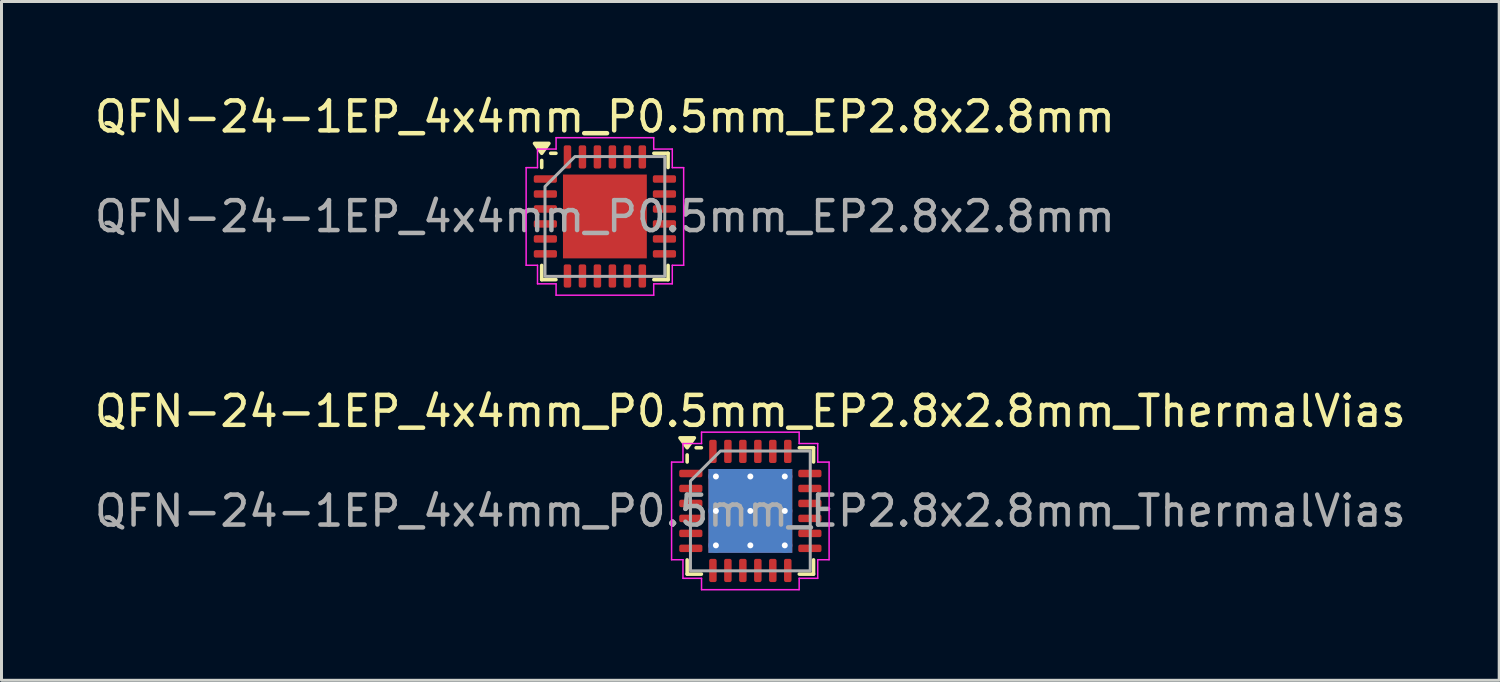
<source format=kicad_pcb>
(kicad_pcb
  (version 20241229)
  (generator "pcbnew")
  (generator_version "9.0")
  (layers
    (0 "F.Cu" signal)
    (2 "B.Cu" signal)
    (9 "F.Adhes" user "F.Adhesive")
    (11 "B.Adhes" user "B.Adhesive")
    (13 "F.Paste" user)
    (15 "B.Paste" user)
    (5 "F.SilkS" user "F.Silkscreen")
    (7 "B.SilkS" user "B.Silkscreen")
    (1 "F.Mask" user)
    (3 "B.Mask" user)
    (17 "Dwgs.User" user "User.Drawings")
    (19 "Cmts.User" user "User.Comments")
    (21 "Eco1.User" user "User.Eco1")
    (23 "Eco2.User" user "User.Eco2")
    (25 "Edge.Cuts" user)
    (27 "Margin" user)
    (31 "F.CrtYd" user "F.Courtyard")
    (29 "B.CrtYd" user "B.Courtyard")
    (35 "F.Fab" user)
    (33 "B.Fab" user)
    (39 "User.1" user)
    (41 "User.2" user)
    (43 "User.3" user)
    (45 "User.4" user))
  (footprint "QFN-24-1EP_4x4mm_P0.5mm_EP2.8x2.8mm"
    (layer "F.Cu")
    (at 17.149 4.178)
    (property "Reference" "QFN-24-1EP_4x4mm_P0.5mm_EP2.8x2.8mm" (at 0 -3.33 0) (layer "F.SilkS") (effects (font (size 1 1) (thickness 0.15))))
    (attr smd)
    (fp_line (start -2.11 -1.635) (end -2.11 -1.87) (stroke (width 0.12) (type solid)) (layer "F.SilkS"))
    (fp_line (start -2.11 2.11) (end -2.11 1.635) (stroke (width 0.12) (type solid)) (layer "F.SilkS"))
    (fp_line (start -1.635 -2.11) (end -1.81 -2.11) (stroke (width 0.12) (type solid)) (layer "F.SilkS"))
    (fp_line (start -1.635 2.11) (end -2.11 2.11) (stroke (width 0.12) (type solid)) (layer "F.SilkS"))
    (fp_line (start 1.635 -2.11) (end 2.11 -2.11) (stroke (width 0.12) (type solid)) (layer "F.SilkS"))
    (fp_line (start 1.635 2.11) (end 2.11 2.11) (stroke (width 0.12) (type solid)) (layer "F.SilkS"))
    (fp_line (start 2.11 -2.11) (end 2.11 -1.635) (stroke (width 0.12) (type solid)) (layer "F.SilkS"))
    (fp_line (start 2.11 2.11) (end 2.11 1.635) (stroke (width 0.12) (type solid)) (layer "F.SilkS"))
    (fp_poly (pts (xy -2.11 -2.11) (xy -2.35 -2.44) (xy -1.87 -2.44)) (stroke (width 0.12) (type solid)) (fill yes) (layer "F.SilkS"))
    (fp_line (start -2.63 -1.63) (end -2.25 -1.63) (stroke (width 0.05) (type solid)) (layer "F.CrtYd"))
    (fp_line (start -2.63 1.63) (end -2.63 -1.63) (stroke (width 0.05) (type solid)) (layer "F.CrtYd"))
    (fp_line (start -2.25 -2.25) (end -1.63 -2.25) (stroke (width 0.05) (type solid)) (layer "F.CrtYd"))
    (fp_line (start -2.25 -1.63) (end -2.25 -2.25) (stroke (width 0.05) (type solid)) (layer "F.CrtYd"))
    (fp_line (start -2.25 1.63) (end -2.63 1.63) (stroke (width 0.05) (type solid)) (layer "F.CrtYd"))
    (fp_line (start -2.25 2.25) (end -2.25 1.63) (stroke (width 0.05) (type solid)) (layer "F.CrtYd"))
    (fp_line (start -1.63 -2.63) (end 1.63 -2.63) (stroke (width 0.05) (type solid)) (layer "F.CrtYd"))
    (fp_line (start -1.63 -2.25) (end -1.63 -2.63) (stroke (width 0.05) (type solid)) (layer "F.CrtYd"))
    (fp_line (start -1.63 2.25) (end -2.25 2.25) (stroke (width 0.05) (type solid)) (layer "F.CrtYd"))
    (fp_line (start -1.63 2.63) (end -1.63 2.25) (stroke (width 0.05) (type solid)) (layer "F.CrtYd"))
    (fp_line (start 1.63 -2.63) (end 1.63 -2.25) (stroke (width 0.05) (type solid)) (layer "F.CrtYd"))
    (fp_line (start 1.63 -2.25) (end 2.25 -2.25) (stroke (width 0.05) (type solid)) (layer "F.CrtYd"))
    (fp_line (start 1.63 2.25) (end 1.63 2.63) (stroke (width 0.05) (type solid)) (layer "F.CrtYd"))
    (fp_line (start 1.63 2.63) (end -1.63 2.63) (stroke (width 0.05) (type solid)) (layer "F.CrtYd"))
    (fp_line (start 2.25 -2.25) (end 2.25 -1.63) (stroke (width 0.05) (type solid)) (layer "F.CrtYd"))
    (fp_line (start 2.25 -1.63) (end 2.63 -1.63) (stroke (width 0.05) (type solid)) (layer "F.CrtYd"))
    (fp_line (start 2.25 1.63) (end 2.25 2.25) (stroke (width 0.05) (type solid)) (layer "F.CrtYd"))
    (fp_line (start 2.25 2.25) (end 1.63 2.25) (stroke (width 0.05) (type solid)) (layer "F.CrtYd"))
    (fp_line (start 2.63 -1.63) (end 2.63 1.63) (stroke (width 0.05) (type solid)) (layer "F.CrtYd"))
    (fp_line (start 2.63 1.63) (end 2.25 1.63) (stroke (width 0.05) (type solid)) (layer "F.CrtYd"))
    (fp_poly (pts (xy -2 -1) (xy -2 2) (xy 2 2) (xy 2 -2) (xy -1 -2)) (stroke (width 0.1) (type solid)) (fill no) (layer "F.Fab"))
    (fp_text user "${REFERENCE}" (at 0 0 0) (layer "F.Fab") (effects (font (size 1 1) (thickness 0.15))))
    (pad "" smd roundrect (at -0.7 -0.7) (size 1.13 1.13) (layers "F.Paste") (roundrect_rratio 0.221))
    (pad "" smd roundrect (at -0.7 0.7) (size 1.13 1.13) (layers "F.Paste") (roundrect_rratio 0.221))
    (pad "" smd roundrect (at 0.7 -0.7) (size 1.13 1.13) (layers "F.Paste") (roundrect_rratio 0.221))
    (pad "" smd roundrect (at 0.7 0.7) (size 1.13 1.13) (layers "F.Paste") (roundrect_rratio 0.221))
    (pad "1" smd roundrect (at -1.988 -1.25) (size 0.775 0.25) (layers "F.Cu" "F.Mask" "F.Paste") (roundrect_rratio 0.25))
    (pad "2" smd roundrect (at -1.988 -0.75) (size 0.775 0.25) (layers "F.Cu" "F.Mask" "F.Paste") (roundrect_rratio 0.25))
    (pad "3" smd roundrect (at -1.988 -0.25) (size 0.775 0.25) (layers "F.Cu" "F.Mask" "F.Paste") (roundrect_rratio 0.25))
    (pad "4" smd roundrect (at -1.988 0.25) (size 0.775 0.25) (layers "F.Cu" "F.Mask" "F.Paste") (roundrect_rratio 0.25))
    (pad "5" smd roundrect (at -1.988 0.75) (size 0.775 0.25) (layers "F.Cu" "F.Mask" "F.Paste") (roundrect_rratio 0.25))
    (pad "6" smd roundrect (at -1.988 1.25) (size 0.775 0.25) (layers "F.Cu" "F.Mask" "F.Paste") (roundrect_rratio 0.25))
    (pad "7" smd roundrect (at -1.25 1.988) (size 0.25 0.775) (layers "F.Cu" "F.Mask" "F.Paste") (roundrect_rratio 0.25))
    (pad "8" smd roundrect (at -0.75 1.988) (size 0.25 0.775) (layers "F.Cu" "F.Mask" "F.Paste") (roundrect_rratio 0.25))
    (pad "9" smd roundrect (at -0.25 1.988) (size 0.25 0.775) (layers "F.Cu" "F.Mask" "F.Paste") (roundrect_rratio 0.25))
    (pad "10" smd roundrect (at 0.25 1.988) (size 0.25 0.775) (layers "F.Cu" "F.Mask" "F.Paste") (roundrect_rratio 0.25))
    (pad "11" smd roundrect (at 0.75 1.988) (size 0.25 0.775) (layers "F.Cu" "F.Mask" "F.Paste") (roundrect_rratio 0.25))
    (pad "12" smd roundrect (at 1.25 1.988) (size 0.25 0.775) (layers "F.Cu" "F.Mask" "F.Paste") (roundrect_rratio 0.25))
    (pad "13" smd roundrect (at 1.988 1.25) (size 0.775 0.25) (layers "F.Cu" "F.Mask" "F.Paste") (roundrect_rratio 0.25))
    (pad "14" smd roundrect (at 1.988 0.75) (size 0.775 0.25) (layers "F.Cu" "F.Mask" "F.Paste") (roundrect_rratio 0.25))
    (pad "15" smd roundrect (at 1.988 0.25) (size 0.775 0.25) (layers "F.Cu" "F.Mask" "F.Paste") (roundrect_rratio 0.25))
    (pad "16" smd roundrect (at 1.988 -0.25) (size 0.775 0.25) (layers "F.Cu" "F.Mask" "F.Paste") (roundrect_rratio 0.25))
    (pad "17" smd roundrect (at 1.988 -0.75) (size 0.775 0.25) (layers "F.Cu" "F.Mask" "F.Paste") (roundrect_rratio 0.25))
    (pad "18" smd roundrect (at 1.988 -1.25) (size 0.775 0.25) (layers "F.Cu" "F.Mask" "F.Paste") (roundrect_rratio 0.25))
    (pad "19" smd roundrect (at 1.25 -1.988) (size 0.25 0.775) (layers "F.Cu" "F.Mask" "F.Paste") (roundrect_rratio 0.25))
    (pad "20" smd roundrect (at 0.75 -1.988) (size 0.25 0.775) (layers "F.Cu" "F.Mask" "F.Paste") (roundrect_rratio 0.25))
    (pad "21" smd roundrect (at 0.25 -1.988) (size 0.25 0.775) (layers "F.Cu" "F.Mask" "F.Paste") (roundrect_rratio 0.25))
    (pad "22" smd roundrect (at -0.25 -1.988) (size 0.25 0.775) (layers "F.Cu" "F.Mask" "F.Paste") (roundrect_rratio 0.25))
    (pad "23" smd roundrect (at -0.75 -1.988) (size 0.25 0.775) (layers "F.Cu" "F.Mask" "F.Paste") (roundrect_rratio 0.25))
    (pad "24" smd roundrect (at -1.25 -1.988) (size 0.25 0.775) (layers "F.Cu" "F.Mask" "F.Paste") (roundrect_rratio 0.25))
    (pad "25" smd rect (at 0 0) (size 2.8 2.8) (property pad_prop_heatsink) (layers "F.Cu" "F.Mask")))
  (footprint "QFN-24-1EP_4x4mm_P0.5mm_EP2.8x2.8mm_ThermalVias"
    (layer "F.Cu")
    (at 22.006 14.011)
    (property "Reference" "QFN-24-1EP_4x4mm_P0.5mm_EP2.8x2.8mm_ThermalVias" (at 0 -3.33 0) (layer "F.SilkS") (effects (font (size 1 1) (thickness 0.15))))
    (attr smd)
    (fp_line (start -2.11 -1.635) (end -2.11 -1.87) (stroke (width 0.12) (type solid)) (layer "F.SilkS"))
    (fp_line (start -2.11 2.11) (end -2.11 1.635) (stroke (width 0.12) (type solid)) (layer "F.SilkS"))
    (fp_line (start -1.635 -2.11) (end -1.81 -2.11) (stroke (width 0.12) (type solid)) (layer "F.SilkS"))
    (fp_line (start -1.635 2.11) (end -2.11 2.11) (stroke (width 0.12) (type solid)) (layer "F.SilkS"))
    (fp_line (start 1.635 -2.11) (end 2.11 -2.11) (stroke (width 0.12) (type solid)) (layer "F.SilkS"))
    (fp_line (start 1.635 2.11) (end 2.11 2.11) (stroke (width 0.12) (type solid)) (layer "F.SilkS"))
    (fp_line (start 2.11 -2.11) (end 2.11 -1.635) (stroke (width 0.12) (type solid)) (layer "F.SilkS"))
    (fp_line (start 2.11 2.11) (end 2.11 1.635) (stroke (width 0.12) (type solid)) (layer "F.SilkS"))
    (fp_poly (pts (xy -2.11 -2.11) (xy -2.35 -2.44) (xy -1.87 -2.44)) (stroke (width 0.12) (type solid)) (fill yes) (layer "F.SilkS"))
    (fp_line (start -2.63 -1.63) (end -2.25 -1.63) (stroke (width 0.05) (type solid)) (layer "F.CrtYd"))
    (fp_line (start -2.63 1.63) (end -2.63 -1.63) (stroke (width 0.05) (type solid)) (layer "F.CrtYd"))
    (fp_line (start -2.25 -2.25) (end -1.63 -2.25) (stroke (width 0.05) (type solid)) (layer "F.CrtYd"))
    (fp_line (start -2.25 -1.63) (end -2.25 -2.25) (stroke (width 0.05) (type solid)) (layer "F.CrtYd"))
    (fp_line (start -2.25 1.63) (end -2.63 1.63) (stroke (width 0.05) (type solid)) (layer "F.CrtYd"))
    (fp_line (start -2.25 2.25) (end -2.25 1.63) (stroke (width 0.05) (type solid)) (layer "F.CrtYd"))
    (fp_line (start -1.63 -2.63) (end 1.63 -2.63) (stroke (width 0.05) (type solid)) (layer "F.CrtYd"))
    (fp_line (start -1.63 -2.25) (end -1.63 -2.63) (stroke (width 0.05) (type solid)) (layer "F.CrtYd"))
    (fp_line (start -1.63 2.25) (end -2.25 2.25) (stroke (width 0.05) (type solid)) (layer "F.CrtYd"))
    (fp_line (start -1.63 2.63) (end -1.63 2.25) (stroke (width 0.05) (type solid)) (layer "F.CrtYd"))
    (fp_line (start 1.63 -2.63) (end 1.63 -2.25) (stroke (width 0.05) (type solid)) (layer "F.CrtYd"))
    (fp_line (start 1.63 -2.25) (end 2.25 -2.25) (stroke (width 0.05) (type solid)) (layer "F.CrtYd"))
    (fp_line (start 1.63 2.25) (end 1.63 2.63) (stroke (width 0.05) (type solid)) (layer "F.CrtYd"))
    (fp_line (start 1.63 2.63) (end -1.63 2.63) (stroke (width 0.05) (type solid)) (layer "F.CrtYd"))
    (fp_line (start 2.25 -2.25) (end 2.25 -1.63) (stroke (width 0.05) (type solid)) (layer "F.CrtYd"))
    (fp_line (start 2.25 -1.63) (end 2.63 -1.63) (stroke (width 0.05) (type solid)) (layer "F.CrtYd"))
    (fp_line (start 2.25 1.63) (end 2.25 2.25) (stroke (width 0.05) (type solid)) (layer "F.CrtYd"))
    (fp_line (start 2.25 2.25) (end 1.63 2.25) (stroke (width 0.05) (type solid)) (layer "F.CrtYd"))
    (fp_line (start 2.63 -1.63) (end 2.63 1.63) (stroke (width 0.05) (type solid)) (layer "F.CrtYd"))
    (fp_line (start 2.63 1.63) (end 2.25 1.63) (stroke (width 0.05) (type solid)) (layer "F.CrtYd"))
    (fp_poly (pts (xy -2 -1) (xy -2 2) (xy 2 2) (xy 2 -2) (xy -1 -2)) (stroke (width 0.1) (type solid)) (fill no) (layer "F.Fab"))
    (fp_text user "${REFERENCE}" (at 0 0 0) (layer "F.Fab") (effects (font (size 1 1) (thickness 0.15))))
    (pad "" smd roundrect (at -0.7 -0.7) (size 1.21 1.21) (layers "F.Paste") (roundrect_rratio 0.207))
    (pad "" smd roundrect (at -0.7 0.7) (size 1.21 1.21) (layers "F.Paste") (roundrect_rratio 0.207))
    (pad "" smd roundrect (at 0.7 -0.7) (size 1.21 1.21) (layers "F.Paste") (roundrect_rratio 0.207))
    (pad "" smd roundrect (at 0.7 0.7) (size 1.21 1.21) (layers "F.Paste") (roundrect_rratio 0.207))
    (pad "1" smd roundrect (at -1.988 -1.25) (size 0.775 0.25) (layers "F.Cu" "F.Mask" "F.Paste") (roundrect_rratio 0.25))
    (pad "2" smd roundrect (at -1.988 -0.75) (size 0.775 0.25) (layers "F.Cu" "F.Mask" "F.Paste") (roundrect_rratio 0.25))
    (pad "3" smd roundrect (at -1.988 -0.25) (size 0.775 0.25) (layers "F.Cu" "F.Mask" "F.Paste") (roundrect_rratio 0.25))
    (pad "4" smd roundrect (at -1.988 0.25) (size 0.775 0.25) (layers "F.Cu" "F.Mask" "F.Paste") (roundrect_rratio 0.25))
    (pad "5" smd roundrect (at -1.988 0.75) (size 0.775 0.25) (layers "F.Cu" "F.Mask" "F.Paste") (roundrect_rratio 0.25))
    (pad "6" smd roundrect (at -1.988 1.25) (size 0.775 0.25) (layers "F.Cu" "F.Mask" "F.Paste") (roundrect_rratio 0.25))
    (pad "7" smd roundrect (at -1.25 1.988) (size 0.25 0.775) (layers "F.Cu" "F.Mask" "F.Paste") (roundrect_rratio 0.25))
    (pad "8" smd roundrect (at -0.75 1.988) (size 0.25 0.775) (layers "F.Cu" "F.Mask" "F.Paste") (roundrect_rratio 0.25))
    (pad "9" smd roundrect (at -0.25 1.988) (size 0.25 0.775) (layers "F.Cu" "F.Mask" "F.Paste") (roundrect_rratio 0.25))
    (pad "10" smd roundrect (at 0.25 1.988) (size 0.25 0.775) (layers "F.Cu" "F.Mask" "F.Paste") (roundrect_rratio 0.25))
    (pad "11" smd roundrect (at 0.75 1.988) (size 0.25 0.775) (layers "F.Cu" "F.Mask" "F.Paste") (roundrect_rratio 0.25))
    (pad "12" smd roundrect (at 1.25 1.988) (size 0.25 0.775) (layers "F.Cu" "F.Mask" "F.Paste") (roundrect_rratio 0.25))
    (pad "13" smd roundrect (at 1.988 1.25) (size 0.775 0.25) (layers "F.Cu" "F.Mask" "F.Paste") (roundrect_rratio 0.25))
    (pad "14" smd roundrect (at 1.988 0.75) (size 0.775 0.25) (layers "F.Cu" "F.Mask" "F.Paste") (roundrect_rratio 0.25))
    (pad "15" smd roundrect (at 1.988 0.25) (size 0.775 0.25) (layers "F.Cu" "F.Mask" "F.Paste") (roundrect_rratio 0.25))
    (pad "16" smd roundrect (at 1.988 -0.25) (size 0.775 0.25) (layers "F.Cu" "F.Mask" "F.Paste") (roundrect_rratio 0.25))
    (pad "17" smd roundrect (at 1.988 -0.75) (size 0.775 0.25) (layers "F.Cu" "F.Mask" "F.Paste") (roundrect_rratio 0.25))
    (pad "18" smd roundrect (at 1.988 -1.25) (size 0.775 0.25) (layers "F.Cu" "F.Mask" "F.Paste") (roundrect_rratio 0.25))
    (pad "19" smd roundrect (at 1.25 -1.988) (size 0.25 0.775) (layers "F.Cu" "F.Mask" "F.Paste") (roundrect_rratio 0.25))
    (pad "20" smd roundrect (at 0.75 -1.988) (size 0.25 0.775) (layers "F.Cu" "F.Mask" "F.Paste") (roundrect_rratio 0.25))
    (pad "21" smd roundrect (at 0.25 -1.988) (size 0.25 0.775) (layers "F.Cu" "F.Mask" "F.Paste") (roundrect_rratio 0.25))
    (pad "22" smd roundrect (at -0.25 -1.988) (size 0.25 0.775) (layers "F.Cu" "F.Mask" "F.Paste") (roundrect_rratio 0.25))
    (pad "23" smd roundrect (at -0.75 -1.988) (size 0.25 0.775) (layers "F.Cu" "F.Mask" "F.Paste") (roundrect_rratio 0.25))
    (pad "24" smd roundrect (at -1.25 -1.988) (size 0.25 0.775) (layers "F.Cu" "F.Mask" "F.Paste") (roundrect_rratio 0.25))
    (pad "25" thru_hole circle (at -1.15 -1.15) (size 0.5 0.5) (drill 0.2) (property pad_prop_heatsink) (layers "*.Cu"))
    (pad "25" thru_hole circle (at -1.15 0) (size 0.5 0.5) (drill 0.2) (property pad_prop_heatsink) (layers "*.Cu"))
    (pad "25" thru_hole circle (at -1.15 1.15) (size 0.5 0.5) (drill 0.2) (property pad_prop_heatsink) (layers "*.Cu"))
    (pad "25" thru_hole circle (at 0 -1.15) (size 0.5 0.5) (drill 0.2) (property pad_prop_heatsink) (layers "*.Cu"))
    (pad "25" thru_hole circle (at 0 0) (size 0.5 0.5) (drill 0.2) (property pad_prop_heatsink) (layers "*.Cu"))
    (pad "25" smd rect (at 0 0) (size 2.8 2.8) (property pad_prop_heatsink) (layers "F.Cu" "F.Mask"))
    (pad "25" smd rect (at 0 0) (size 2.8 2.8) (property pad_prop_heatsink) (layers "B.Cu"))
    (pad "25" thru_hole circle (at 0 1.15) (size 0.5 0.5) (drill 0.2) (property pad_prop_heatsink) (layers "*.Cu"))
    (pad "25" thru_hole circle (at 1.15 -1.15) (size 0.5 0.5) (drill 0.2) (property pad_prop_heatsink) (layers "*.Cu"))
    (pad "25" thru_hole circle (at 1.15 0) (size 0.5 0.5) (drill 0.2) (property pad_prop_heatsink) (layers "*.Cu"))
    (pad "25" thru_hole circle (at 1.15 1.15) (size 0.5 0.5) (drill 0.2) (property pad_prop_heatsink) (layers "*.Cu")))
  (gr_rect
    (start -3 -3)
    (end 47.012 19.666)
    (stroke (width 0.1) (type default))
    (fill no)
    (layer "Edge.Cuts")))
</source>
